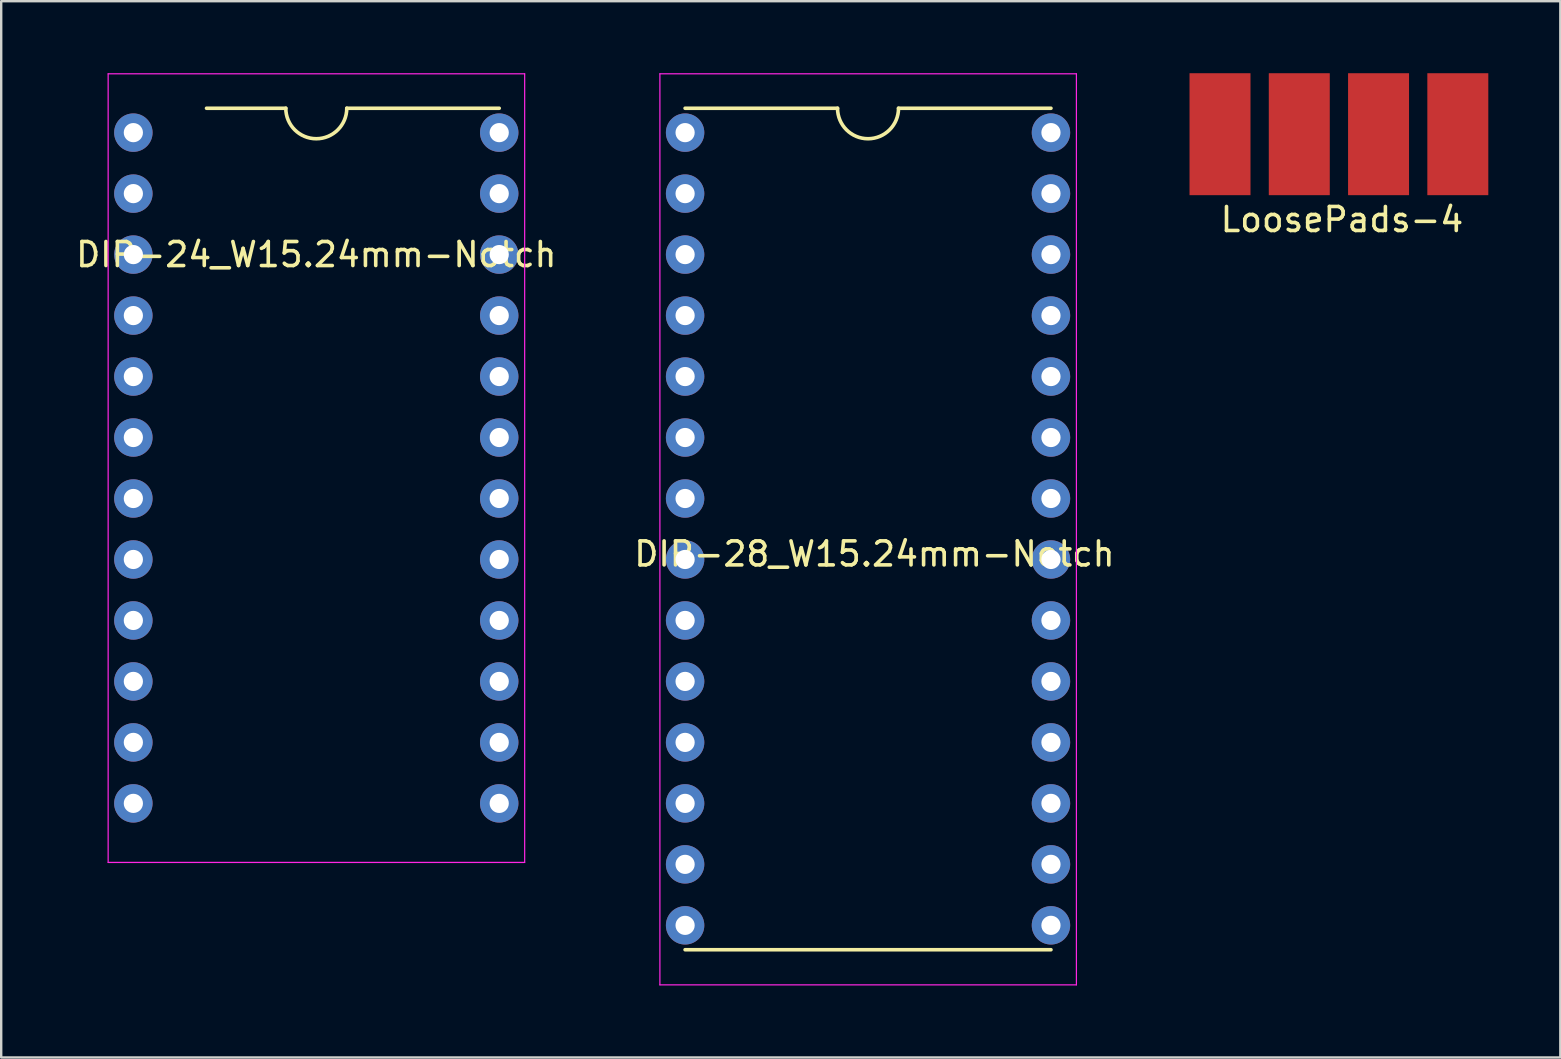
<source format=kicad_pcb>
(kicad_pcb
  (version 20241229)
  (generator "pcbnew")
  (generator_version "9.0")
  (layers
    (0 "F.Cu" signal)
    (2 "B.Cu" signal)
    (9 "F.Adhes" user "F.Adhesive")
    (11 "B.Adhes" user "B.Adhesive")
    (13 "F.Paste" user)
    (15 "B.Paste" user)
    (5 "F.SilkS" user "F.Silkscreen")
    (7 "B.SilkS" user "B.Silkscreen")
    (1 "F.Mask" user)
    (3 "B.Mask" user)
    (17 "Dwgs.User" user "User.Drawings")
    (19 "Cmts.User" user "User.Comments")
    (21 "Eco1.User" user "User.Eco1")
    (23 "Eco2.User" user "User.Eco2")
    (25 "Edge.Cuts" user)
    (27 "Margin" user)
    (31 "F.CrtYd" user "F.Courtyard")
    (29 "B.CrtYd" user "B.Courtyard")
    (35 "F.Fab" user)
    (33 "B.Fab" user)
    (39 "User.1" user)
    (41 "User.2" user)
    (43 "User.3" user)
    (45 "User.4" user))
  (footprint "DIP-24_W15.24mm-Notch"
    (layer "F.Cu")
    (at 2.505 2.475)
    (property "Reference" "DIP-24_W15.24mm-Notch" (at 7.62 5.08 0) (layer "F.SilkS") (effects (font (size 1 1) (thickness 0.15))))
    (attr through_hole)
    (fp_line (start 6.35 -1.016) (end 3.048 -1.016) (stroke (width 0.15) (type solid)) (layer "F.SilkS"))
    (fp_line (start 8.89 -1.016) (end 15.24 -1.016) (stroke (width 0.15) (type solid)) (layer "F.SilkS"))
    (fp_arc (start 8.89 -1.016) (mid 7.62 0.254) (end 6.35 -1.016) (stroke (width 0.15) (type solid)) (layer "F.SilkS"))
    (fp_line (start -1.05 -2.45) (end -1.05 30.4) (stroke (width 0.05) (type solid)) (layer "F.CrtYd"))
    (fp_line (start -1.05 -2.45) (end 16.3 -2.45) (stroke (width 0.05) (type solid)) (layer "F.CrtYd"))
    (fp_line (start -1.05 30.4) (end 16.3 30.4) (stroke (width 0.05) (type solid)) (layer "F.CrtYd"))
    (fp_line (start 16.3 -2.45) (end 16.3 30.4) (stroke (width 0.05) (type solid)) (layer "F.CrtYd"))
    (pad "1" thru_hole oval (at 0 0) (size 1.6 1.6) (drill 0.8) (layers "*.Cu" "*.Mask"))
    (pad "2" thru_hole oval (at 0 2.54) (size 1.6 1.6) (drill 0.8) (layers "*.Cu" "*.Mask"))
    (pad "3" thru_hole oval (at 0 5.08) (size 1.6 1.6) (drill 0.8) (layers "*.Cu" "*.Mask"))
    (pad "4" thru_hole oval (at 0 7.62) (size 1.6 1.6) (drill 0.8) (layers "*.Cu" "*.Mask"))
    (pad "5" thru_hole oval (at 0 10.16) (size 1.6 1.6) (drill 0.8) (layers "*.Cu" "*.Mask"))
    (pad "6" thru_hole oval (at 0 12.7) (size 1.6 1.6) (drill 0.8) (layers "*.Cu" "*.Mask"))
    (pad "7" thru_hole oval (at 0 15.24) (size 1.6 1.6) (drill 0.8) (layers "*.Cu" "*.Mask"))
    (pad "8" thru_hole oval (at 0 17.78) (size 1.6 1.6) (drill 0.8) (layers "*.Cu" "*.Mask"))
    (pad "9" thru_hole oval (at 0 20.32) (size 1.6 1.6) (drill 0.8) (layers "*.Cu" "*.Mask"))
    (pad "10" thru_hole oval (at 0 22.86) (size 1.6 1.6) (drill 0.8) (layers "*.Cu" "*.Mask"))
    (pad "11" thru_hole oval (at 0 25.4) (size 1.6 1.6) (drill 0.8) (layers "*.Cu" "*.Mask"))
    (pad "12" thru_hole oval (at 0 27.94) (size 1.6 1.6) (drill 0.8) (layers "*.Cu" "*.Mask"))
    (pad "13" thru_hole oval (at 15.24 27.94) (size 1.6 1.6) (drill 0.8) (layers "*.Cu" "*.Mask"))
    (pad "14" thru_hole oval (at 15.24 25.4) (size 1.6 1.6) (drill 0.8) (layers "*.Cu" "*.Mask"))
    (pad "15" thru_hole oval (at 15.24 22.86) (size 1.6 1.6) (drill 0.8) (layers "*.Cu" "*.Mask"))
    (pad "16" thru_hole oval (at 15.24 20.32) (size 1.6 1.6) (drill 0.8) (layers "*.Cu" "*.Mask"))
    (pad "17" thru_hole oval (at 15.24 17.78) (size 1.6 1.6) (drill 0.8) (layers "*.Cu" "*.Mask"))
    (pad "18" thru_hole oval (at 15.24 15.24) (size 1.6 1.6) (drill 0.8) (layers "*.Cu" "*.Mask"))
    (pad "19" thru_hole oval (at 15.24 12.7) (size 1.6 1.6) (drill 0.8) (layers "*.Cu" "*.Mask"))
    (pad "20" thru_hole oval (at 15.24 10.16) (size 1.6 1.6) (drill 0.8) (layers "*.Cu" "*.Mask"))
    (pad "21" thru_hole oval (at 15.24 7.62) (size 1.6 1.6) (drill 0.8) (layers "*.Cu" "*.Mask"))
    (pad "22" thru_hole oval (at 15.24 5.08) (size 1.6 1.6) (drill 0.8) (layers "*.Cu" "*.Mask"))
    (pad "23" thru_hole oval (at 15.24 2.54) (size 1.6 1.6) (drill 0.8) (layers "*.Cu" "*.Mask"))
    (pad "24" thru_hole oval (at 15.24 0) (size 1.6 1.6) (drill 0.8) (layers "*.Cu" "*.Mask")))
  (footprint "LoosePads-4"
    (layer "F.Cu")
    (at 52.85 2.54)
    (property "Reference" "LoosePads-4" (at 0 3.556 0) (layer "F.SilkS") (effects (font (size 1 1) (thickness 0.15))))
    (attr through_hole)
    (pad "1" smd rect (at -5.08 0 90) (size 5.08 2.54) (layers "F.Cu" "F.Mask" "F.Paste"))
    (pad "2" smd rect (at -1.778 0 90) (size 5.08 2.54) (layers "F.Cu" "F.Mask" "F.Paste"))
    (pad "3" smd rect (at 1.524 0 90) (size 5.08 2.54) (layers "F.Cu" "F.Mask" "F.Paste"))
    (pad "4" smd rect (at 4.826 0 90) (size 5.08 2.54) (layers "F.Cu" "F.Mask" "F.Paste")))
  (footprint "DIP-28_W15.24mm-Notch"
    (layer "F.Cu")
    (at 25.488 2.475)
    (property "Reference" "DIP-28_W15.24mm-Notch" (at 7.887 17.551 0) (layer "F.SilkS") (effects (font (size 1 1) (thickness 0.15))))
    (attr through_hole)
    (fp_line (start 0 -1.016) (end 6.35 -1.016) (stroke (width 0.15) (type solid)) (layer "F.SilkS"))
    (fp_line (start 0 34.036) (end 15.24 34.036) (stroke (width 0.15) (type solid)) (layer "F.SilkS"))
    (fp_line (start 8.89 -1.016) (end 15.24 -1.016) (stroke (width 0.15) (type solid)) (layer "F.SilkS"))
    (fp_arc (start 8.89 -1.016) (mid 7.62 0.254) (end 6.35 -1.016) (stroke (width 0.15) (type solid)) (layer "F.SilkS"))
    (fp_line (start -1.05 -2.45) (end -1.05 35.5) (stroke (width 0.05) (type solid)) (layer "F.CrtYd"))
    (fp_line (start -1.05 -2.45) (end 16.3 -2.45) (stroke (width 0.05) (type solid)) (layer "F.CrtYd"))
    (fp_line (start -1.05 35.5) (end 16.3 35.5) (stroke (width 0.05) (type solid)) (layer "F.CrtYd"))
    (fp_line (start 16.3 -2.45) (end 16.3 35.5) (stroke (width 0.05) (type solid)) (layer "F.CrtYd"))
    (pad "1" thru_hole oval (at 0 0) (size 1.6 1.6) (drill 0.8) (layers "*.Cu" "*.Mask"))
    (pad "2" thru_hole oval (at 0 2.54) (size 1.6 1.6) (drill 0.8) (layers "*.Cu" "*.Mask"))
    (pad "3" thru_hole oval (at 0 5.08) (size 1.6 1.6) (drill 0.8) (layers "*.Cu" "*.Mask"))
    (pad "4" thru_hole oval (at 0 7.62) (size 1.6 1.6) (drill 0.8) (layers "*.Cu" "*.Mask"))
    (pad "5" thru_hole oval (at 0 10.16) (size 1.6 1.6) (drill 0.8) (layers "*.Cu" "*.Mask"))
    (pad "6" thru_hole oval (at 0 12.7) (size 1.6 1.6) (drill 0.8) (layers "*.Cu" "*.Mask"))
    (pad "7" thru_hole oval (at 0 15.24) (size 1.6 1.6) (drill 0.8) (layers "*.Cu" "*.Mask"))
    (pad "8" thru_hole oval (at 0 17.78) (size 1.6 1.6) (drill 0.8) (layers "*.Cu" "*.Mask"))
    (pad "9" thru_hole oval (at 0 20.32) (size 1.6 1.6) (drill 0.8) (layers "*.Cu" "*.Mask"))
    (pad "10" thru_hole oval (at 0 22.86) (size 1.6 1.6) (drill 0.8) (layers "*.Cu" "*.Mask"))
    (pad "11" thru_hole oval (at 0 25.4) (size 1.6 1.6) (drill 0.8) (layers "*.Cu" "*.Mask"))
    (pad "12" thru_hole oval (at 0 27.94) (size 1.6 1.6) (drill 0.8) (layers "*.Cu" "*.Mask"))
    (pad "13" thru_hole oval (at 0 30.48) (size 1.6 1.6) (drill 0.8) (layers "*.Cu" "*.Mask"))
    (pad "14" thru_hole oval (at 0 33.02) (size 1.6 1.6) (drill 0.8) (layers "*.Cu" "*.Mask"))
    (pad "15" thru_hole oval (at 15.24 33.02) (size 1.6 1.6) (drill 0.8) (layers "*.Cu" "*.Mask"))
    (pad "16" thru_hole oval (at 15.24 30.48) (size 1.6 1.6) (drill 0.8) (layers "*.Cu" "*.Mask"))
    (pad "17" thru_hole oval (at 15.24 27.94) (size 1.6 1.6) (drill 0.8) (layers "*.Cu" "*.Mask"))
    (pad "18" thru_hole oval (at 15.24 25.4) (size 1.6 1.6) (drill 0.8) (layers "*.Cu" "*.Mask"))
    (pad "19" thru_hole oval (at 15.24 22.86) (size 1.6 1.6) (drill 0.8) (layers "*.Cu" "*.Mask"))
    (pad "20" thru_hole oval (at 15.24 20.32) (size 1.6 1.6) (drill 0.8) (layers "*.Cu" "*.Mask"))
    (pad "21" thru_hole oval (at 15.24 17.78) (size 1.6 1.6) (drill 0.8) (layers "*.Cu" "*.Mask"))
    (pad "22" thru_hole oval (at 15.24 15.24) (size 1.6 1.6) (drill 0.8) (layers "*.Cu" "*.Mask"))
    (pad "23" thru_hole oval (at 15.24 12.7) (size 1.6 1.6) (drill 0.8) (layers "*.Cu" "*.Mask"))
    (pad "24" thru_hole oval (at 15.24 10.16) (size 1.6 1.6) (drill 0.8) (layers "*.Cu" "*.Mask"))
    (pad "25" thru_hole oval (at 15.24 7.62) (size 1.6 1.6) (drill 0.8) (layers "*.Cu" "*.Mask"))
    (pad "26" thru_hole oval (at 15.24 5.08) (size 1.6 1.6) (drill 0.8) (layers "*.Cu" "*.Mask"))
    (pad "27" thru_hole oval (at 15.24 2.54) (size 1.6 1.6) (drill 0.8) (layers "*.Cu" "*.Mask"))
    (pad "28" thru_hole oval (at 15.24 0) (size 1.6 1.6) (drill 0.8) (layers "*.Cu" "*.Mask")))
  (gr_rect
    (start -3 -3)
    (end 61.946 41)
    (stroke (width 0.1) (type default))
    (fill no)
    (layer "Edge.Cuts")))
</source>
